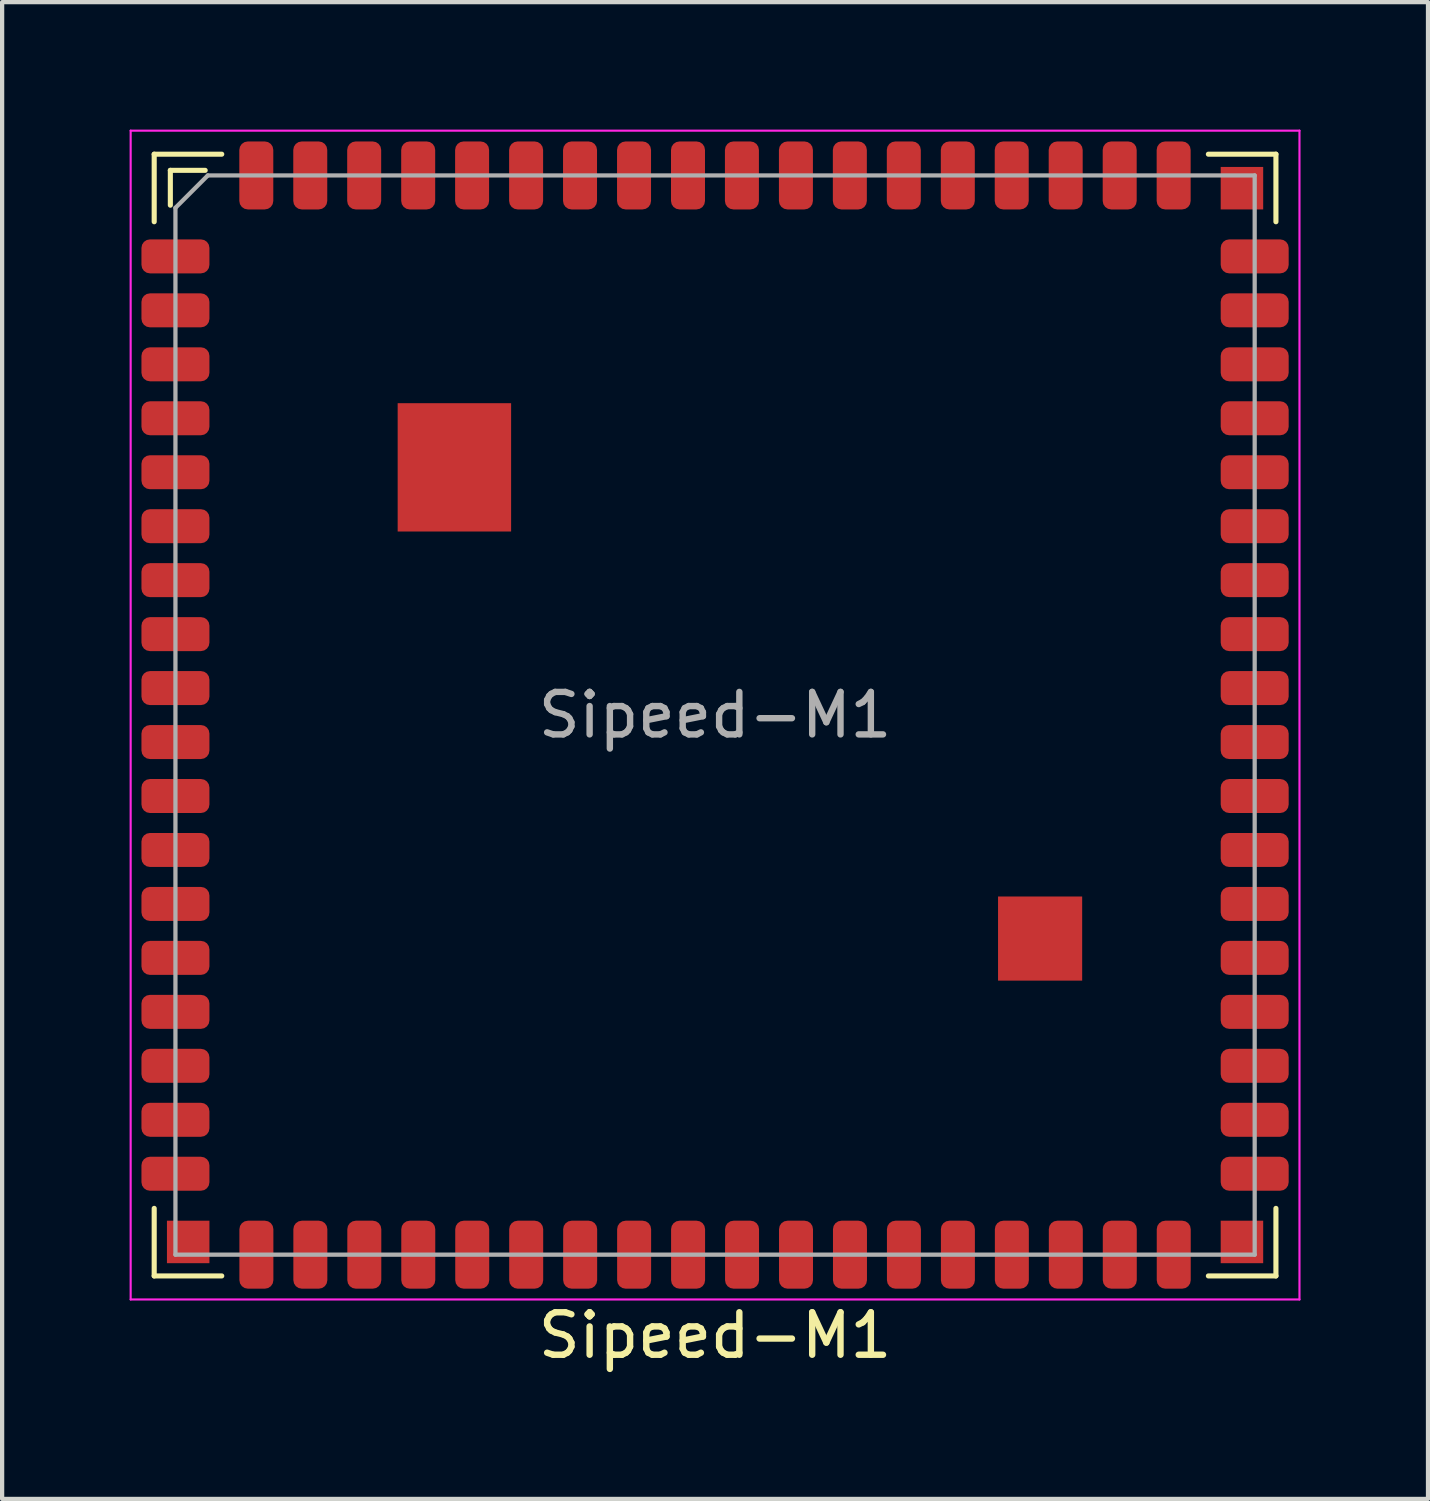
<source format=kicad_pcb>
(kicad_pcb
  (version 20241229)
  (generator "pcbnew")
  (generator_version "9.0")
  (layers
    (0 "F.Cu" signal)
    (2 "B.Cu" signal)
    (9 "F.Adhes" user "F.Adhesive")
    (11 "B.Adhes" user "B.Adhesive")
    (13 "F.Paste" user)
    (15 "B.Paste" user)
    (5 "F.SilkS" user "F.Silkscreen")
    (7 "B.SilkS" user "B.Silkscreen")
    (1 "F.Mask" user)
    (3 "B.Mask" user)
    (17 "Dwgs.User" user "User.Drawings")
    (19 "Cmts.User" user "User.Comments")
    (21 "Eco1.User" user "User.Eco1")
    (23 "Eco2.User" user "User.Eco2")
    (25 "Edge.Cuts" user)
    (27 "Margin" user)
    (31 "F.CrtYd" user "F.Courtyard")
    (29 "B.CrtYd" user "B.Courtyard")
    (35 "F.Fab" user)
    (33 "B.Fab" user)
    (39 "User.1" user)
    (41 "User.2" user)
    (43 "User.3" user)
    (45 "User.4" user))
  (footprint "Sipeed-M1"
    (layer "F.Cu")
    (at 13.779 13.779)
    (property "Reference" "Sipeed-M1" (at 0 14.6 0) (layer "F.SilkS") (effects (font (size 1 1) (thickness 0.15))))
    (attr smd)
    (fp_line (start -13.2 -13.2) (end -13.2 -11.61) (stroke (width 0.12) (type solid)) (layer "F.SilkS"))
    (fp_line (start -13.2 13.2) (end -13.2 11.61) (stroke (width 0.12) (type solid)) (layer "F.SilkS"))
    (fp_line (start -12.82 -12.82) (end -12.82 -12) (stroke (width 0.12) (type solid)) (layer "F.SilkS"))
    (fp_line (start -12 -12.82) (end -12.82 -12.82) (stroke (width 0.12) (type solid)) (layer "F.SilkS"))
    (fp_line (start -11.61 -13.2) (end -13.2 -13.2) (stroke (width 0.12) (type solid)) (layer "F.SilkS"))
    (fp_line (start -11.61 13.2) (end -13.2 13.2) (stroke (width 0.12) (type solid)) (layer "F.SilkS"))
    (fp_line (start 11.61 13.2) (end 13.2 13.2) (stroke (width 0.12) (type solid)) (layer "F.SilkS"))
    (fp_line (start 13.2 -13.2) (end 11.61 -13.2) (stroke (width 0.12) (type solid)) (layer "F.SilkS"))
    (fp_line (start 13.2 -11.61) (end 13.2 -13.2) (stroke (width 0.12) (type solid)) (layer "F.SilkS"))
    (fp_line (start 13.2 13.2) (end 13.2 11.61) (stroke (width 0.12) (type solid)) (layer "F.SilkS"))
    (fp_line (start -13.754 -13.754) (end 13.754 -13.754) (stroke (width 0.05) (type solid)) (layer "F.CrtYd"))
    (fp_line (start -13.754 13.754) (end -13.754 -13.754) (stroke (width 0.05) (type solid)) (layer "F.CrtYd"))
    (fp_line (start 13.754 -13.754) (end 13.754 13.754) (stroke (width 0.05) (type solid)) (layer "F.CrtYd"))
    (fp_line (start 13.754 13.754) (end -13.754 13.754) (stroke (width 0.05) (type solid)) (layer "F.CrtYd"))
    (fp_line (start -12.7 -11.938) (end -11.938 -12.7) (stroke (width 0.1) (type solid)) (layer "F.Fab"))
    (fp_line (start -12.7 12.7) (end -12.7 -11.938) (stroke (width 0.1) (type solid)) (layer "F.Fab"))
    (fp_line (start -11.938 -12.7) (end 12.7 -12.7) (stroke (width 0.1) (type solid)) (layer "F.Fab"))
    (fp_line (start 12.7 -12.7) (end 12.7 12.7) (stroke (width 0.1) (type solid)) (layer "F.Fab"))
    (fp_line (start 12.7 12.7) (end -12.7 12.7) (stroke (width 0.1) (type solid)) (layer "F.Fab"))
    (fp_text user "${REFERENCE}" (at 0 0 0) (layer "F.Fab") (effects (font (size 1 1) (thickness 0.15))))
    (pad "" smd roundrect (at -6.8 -6.582) (size 1.18 1.355) (layers "F.Paste") (roundrect_rratio 0.25))
    (pad "" smd roundrect (at -6.8 -5.077) (size 1.18 1.355) (layers "F.Paste") (roundrect_rratio 0.25))
    (pad "" smd roundrect (at -5.47 -6.582) (size 1.18 1.355) (layers "F.Paste") (roundrect_rratio 0.25))
    (pad "" smd roundrect (at -5.47 -5.077) (size 1.18 1.355) (layers "F.Paste") (roundrect_rratio 0.25))
    (pad "" smd roundrect (at 7.157 4.762) (size 0.835 0.835) (layers "F.Paste") (roundrect_rratio 0.25))
    (pad "" smd roundrect (at 7.157 5.753) (size 0.835 0.835) (layers "F.Paste") (roundrect_rratio 0.25))
    (pad "" smd roundrect (at 8.143 4.762) (size 0.835 0.835) (layers "F.Paste") (roundrect_rratio 0.25))
    (pad "" smd roundrect (at 8.143 5.753) (size 0.835 0.835) (layers "F.Paste") (roundrect_rratio 0.25))
    (pad "1" smd roundrect (at -12.7 -10.795) (size 1.6 0.8) (layers "F.Cu" "F.Mask" "F.Paste") (roundrect_rratio 0.25))
    (pad "2" smd roundrect (at -12.7 -9.525) (size 1.6 0.8) (layers "F.Cu" "F.Mask" "F.Paste") (roundrect_rratio 0.25))
    (pad "3" smd roundrect (at -12.7 -8.255) (size 1.6 0.8) (layers "F.Cu" "F.Mask" "F.Paste") (roundrect_rratio 0.25))
    (pad "4" smd roundrect (at -12.7 -6.985) (size 1.6 0.8) (layers "F.Cu" "F.Mask" "F.Paste") (roundrect_rratio 0.25))
    (pad "5" smd roundrect (at -12.7 -5.715) (size 1.6 0.8) (layers "F.Cu" "F.Mask" "F.Paste") (roundrect_rratio 0.25))
    (pad "6" smd roundrect (at -12.7 -4.445) (size 1.6 0.8) (layers "F.Cu" "F.Mask" "F.Paste") (roundrect_rratio 0.25))
    (pad "7" smd roundrect (at -12.7 -3.175) (size 1.6 0.8) (layers "F.Cu" "F.Mask" "F.Paste") (roundrect_rratio 0.25))
    (pad "8" smd roundrect (at -12.7 -1.905) (size 1.6 0.8) (layers "F.Cu" "F.Mask" "F.Paste") (roundrect_rratio 0.25))
    (pad "9" smd roundrect (at -12.7 -0.635) (size 1.6 0.8) (layers "F.Cu" "F.Mask" "F.Paste") (roundrect_rratio 0.25))
    (pad "10" smd roundrect (at -12.7 0.635) (size 1.6 0.8) (layers "F.Cu" "F.Mask" "F.Paste") (roundrect_rratio 0.25))
    (pad "11" smd roundrect (at -12.7 1.905) (size 1.6 0.8) (layers "F.Cu" "F.Mask" "F.Paste") (roundrect_rratio 0.25))
    (pad "12" smd roundrect (at -12.7 3.175) (size 1.6 0.8) (layers "F.Cu" "F.Mask" "F.Paste") (roundrect_rratio 0.25))
    (pad "13" smd roundrect (at -12.7 4.445) (size 1.6 0.8) (layers "F.Cu" "F.Mask" "F.Paste") (roundrect_rratio 0.25))
    (pad "14" smd roundrect (at -12.7 5.715) (size 1.6 0.8) (layers "F.Cu" "F.Mask" "F.Paste") (roundrect_rratio 0.25))
    (pad "15" smd roundrect (at -12.7 6.985) (size 1.6 0.8) (layers "F.Cu" "F.Mask" "F.Paste") (roundrect_rratio 0.25))
    (pad "16" smd roundrect (at -12.7 8.255) (size 1.6 0.8) (layers "F.Cu" "F.Mask" "F.Paste") (roundrect_rratio 0.25))
    (pad "17" smd roundrect (at -12.7 9.525) (size 1.6 0.8) (layers "F.Cu" "F.Mask" "F.Paste") (roundrect_rratio 0.25))
    (pad "18" smd roundrect (at -12.7 10.795) (size 1.6 0.8) (layers "F.Cu" "F.Mask" "F.Paste") (roundrect_rratio 0.25))
    (pad "19" smd roundrect (at -10.795 12.7 90) (size 1.6 0.8) (layers "F.Cu" "F.Mask" "F.Paste") (roundrect_rratio 0.25))
    (pad "20" smd roundrect (at -9.525 12.7 90) (size 1.6 0.8) (layers "F.Cu" "F.Mask" "F.Paste") (roundrect_rratio 0.25))
    (pad "21" smd roundrect (at -8.255 12.7 90) (size 1.6 0.8) (layers "F.Cu" "F.Mask" "F.Paste") (roundrect_rratio 0.25))
    (pad "22" smd roundrect (at -6.985 12.7 90) (size 1.6 0.8) (layers "F.Cu" "F.Mask" "F.Paste") (roundrect_rratio 0.25))
    (pad "23" smd roundrect (at -5.715 12.7 90) (size 1.6 0.8) (layers "F.Cu" "F.Mask" "F.Paste") (roundrect_rratio 0.25))
    (pad "24" smd roundrect (at -4.445 12.7 90) (size 1.6 0.8) (layers "F.Cu" "F.Mask" "F.Paste") (roundrect_rratio 0.25))
    (pad "25" smd roundrect (at -3.175 12.7 90) (size 1.6 0.8) (layers "F.Cu" "F.Mask" "F.Paste") (roundrect_rratio 0.25))
    (pad "26" smd roundrect (at -1.905 12.7 90) (size 1.6 0.8) (layers "F.Cu" "F.Mask" "F.Paste") (roundrect_rratio 0.25))
    (pad "27" smd roundrect (at -0.635 12.7 90) (size 1.6 0.8) (layers "F.Cu" "F.Mask" "F.Paste") (roundrect_rratio 0.25))
    (pad "28" smd roundrect (at 0.635 12.7 90) (size 1.6 0.8) (layers "F.Cu" "F.Mask" "F.Paste") (roundrect_rratio 0.25))
    (pad "29" smd roundrect (at 1.905 12.7 90) (size 1.6 0.8) (layers "F.Cu" "F.Mask" "F.Paste") (roundrect_rratio 0.25))
    (pad "30" smd roundrect (at 3.175 12.7 90) (size 1.6 0.8) (layers "F.Cu" "F.Mask" "F.Paste") (roundrect_rratio 0.25))
    (pad "31" smd roundrect (at 4.445 12.7 90) (size 1.6 0.8) (layers "F.Cu" "F.Mask" "F.Paste") (roundrect_rratio 0.25))
    (pad "32" smd roundrect (at 5.715 12.7 90) (size 1.6 0.8) (layers "F.Cu" "F.Mask" "F.Paste") (roundrect_rratio 0.25))
    (pad "33" smd roundrect (at 6.985 12.7 90) (size 1.6 0.8) (layers "F.Cu" "F.Mask" "F.Paste") (roundrect_rratio 0.25))
    (pad "34" smd roundrect (at 8.255 12.7 90) (size 1.6 0.8) (layers "F.Cu" "F.Mask" "F.Paste") (roundrect_rratio 0.25))
    (pad "35" smd roundrect (at 9.525 12.7 90) (size 1.6 0.8) (layers "F.Cu" "F.Mask" "F.Paste") (roundrect_rratio 0.25))
    (pad "36" smd roundrect (at 10.795 12.7 90) (size 1.6 0.8) (layers "F.Cu" "F.Mask" "F.Paste") (roundrect_rratio 0.25))
    (pad "37" smd roundrect (at 12.7 10.795 180) (size 1.6 0.8) (layers "F.Cu" "F.Mask" "F.Paste") (roundrect_rratio 0.25))
    (pad "38" smd roundrect (at 12.7 9.525 180) (size 1.6 0.8) (layers "F.Cu" "F.Mask" "F.Paste") (roundrect_rratio 0.25))
    (pad "39" smd roundrect (at 12.7 8.255 180) (size 1.6 0.8) (layers "F.Cu" "F.Mask" "F.Paste") (roundrect_rratio 0.25))
    (pad "40" smd roundrect (at 12.7 6.985 180) (size 1.6 0.8) (layers "F.Cu" "F.Mask" "F.Paste") (roundrect_rratio 0.25))
    (pad "41" smd roundrect (at 12.7 5.715 180) (size 1.6 0.8) (layers "F.Cu" "F.Mask" "F.Paste") (roundrect_rratio 0.25))
    (pad "42" smd roundrect (at 12.7 4.445 180) (size 1.6 0.8) (layers "F.Cu" "F.Mask" "F.Paste") (roundrect_rratio 0.25))
    (pad "43" smd roundrect (at 12.7 3.175 180) (size 1.6 0.8) (layers "F.Cu" "F.Mask" "F.Paste") (roundrect_rratio 0.25))
    (pad "44" smd roundrect (at 12.7 1.905 180) (size 1.6 0.8) (layers "F.Cu" "F.Mask" "F.Paste") (roundrect_rratio 0.25))
    (pad "45" smd roundrect (at 12.7 0.635 180) (size 1.6 0.8) (layers "F.Cu" "F.Mask" "F.Paste") (roundrect_rratio 0.25))
    (pad "46" smd roundrect (at 12.7 -0.635 180) (size 1.6 0.8) (layers "F.Cu" "F.Mask" "F.Paste") (roundrect_rratio 0.25))
    (pad "47" smd roundrect (at 12.7 -1.905 180) (size 1.6 0.8) (layers "F.Cu" "F.Mask" "F.Paste") (roundrect_rratio 0.25))
    (pad "48" smd roundrect (at 12.7 -3.175 180) (size 1.6 0.8) (layers "F.Cu" "F.Mask" "F.Paste") (roundrect_rratio 0.25))
    (pad "49" smd roundrect (at 12.7 -4.445 180) (size 1.6 0.8) (layers "F.Cu" "F.Mask" "F.Paste") (roundrect_rratio 0.25))
    (pad "50" smd roundrect (at 12.7 -5.715 180) (size 1.6 0.8) (layers "F.Cu" "F.Mask" "F.Paste") (roundrect_rratio 0.25))
    (pad "51" smd roundrect (at 12.7 -6.985 180) (size 1.6 0.8) (layers "F.Cu" "F.Mask" "F.Paste") (roundrect_rratio 0.25))
    (pad "52" smd roundrect (at 12.7 -8.255 180) (size 1.6 0.8) (layers "F.Cu" "F.Mask" "F.Paste") (roundrect_rratio 0.25))
    (pad "53" smd roundrect (at 12.7 -9.525 180) (size 1.6 0.8) (layers "F.Cu" "F.Mask" "F.Paste") (roundrect_rratio 0.25))
    (pad "54" smd roundrect (at 12.7 -10.795 180) (size 1.6 0.8) (layers "F.Cu" "F.Mask" "F.Paste") (roundrect_rratio 0.25))
    (pad "55" smd roundrect (at 10.793 -12.7 270) (size 1.6 0.8) (layers "F.Cu" "F.Mask" "F.Paste") (roundrect_rratio 0.25))
    (pad "56" smd roundrect (at 9.523 -12.7 270) (size 1.6 0.8) (layers "F.Cu" "F.Mask" "F.Paste") (roundrect_rratio 0.25))
    (pad "57" smd roundrect (at 8.252 -12.7 270) (size 1.6 0.8) (layers "F.Cu" "F.Mask" "F.Paste") (roundrect_rratio 0.25))
    (pad "58" smd roundrect (at 6.982 -12.7 270) (size 1.6 0.8) (layers "F.Cu" "F.Mask" "F.Paste") (roundrect_rratio 0.25))
    (pad "59" smd roundrect (at 5.713 -12.7 270) (size 1.6 0.8) (layers "F.Cu" "F.Mask" "F.Paste") (roundrect_rratio 0.25))
    (pad "60" smd roundrect (at 4.442 -12.7 270) (size 1.6 0.8) (layers "F.Cu" "F.Mask" "F.Paste") (roundrect_rratio 0.25))
    (pad "61" smd roundrect (at 3.172 -12.7 270) (size 1.6 0.8) (layers "F.Cu" "F.Mask" "F.Paste") (roundrect_rratio 0.25))
    (pad "62" smd roundrect (at 1.903 -12.7 270) (size 1.6 0.8) (layers "F.Cu" "F.Mask" "F.Paste") (roundrect_rratio 0.25))
    (pad "63" smd roundrect (at 0.632 -12.7 270) (size 1.6 0.8) (layers "F.Cu" "F.Mask" "F.Paste") (roundrect_rratio 0.25))
    (pad "64" smd roundrect (at -0.637 -12.7 270) (size 1.6 0.8) (layers "F.Cu" "F.Mask" "F.Paste") (roundrect_rratio 0.25))
    (pad "65" smd roundrect (at -1.907 -12.7 270) (size 1.6 0.8) (layers "F.Cu" "F.Mask" "F.Paste") (roundrect_rratio 0.25))
    (pad "66" smd roundrect (at -3.178 -12.7 270) (size 1.6 0.8) (layers "F.Cu" "F.Mask" "F.Paste") (roundrect_rratio 0.25))
    (pad "67" smd roundrect (at -4.447 -12.7 270) (size 1.6 0.8) (layers "F.Cu" "F.Mask" "F.Paste") (roundrect_rratio 0.25))
    (pad "68" smd roundrect (at -5.718 -12.7 270) (size 1.6 0.8) (layers "F.Cu" "F.Mask" "F.Paste") (roundrect_rratio 0.25))
    (pad "69" smd roundrect (at -6.987 -12.7 270) (size 1.6 0.8) (layers "F.Cu" "F.Mask" "F.Paste") (roundrect_rratio 0.25))
    (pad "70" smd roundrect (at -8.258 -12.7 270) (size 1.6 0.8) (layers "F.Cu" "F.Mask" "F.Paste") (roundrect_rratio 0.25))
    (pad "71" smd roundrect (at -9.527 -12.7 270) (size 1.6 0.8) (layers "F.Cu" "F.Mask" "F.Paste") (roundrect_rratio 0.25))
    (pad "72" smd roundrect (at -10.797 -12.7 270) (size 1.6 0.8) (layers "F.Cu" "F.Mask" "F.Paste") (roundrect_rratio 0.25))
    (pad "73" smd rect (at -6.135 -5.83) (size 2.67 3.02) (layers "F.Cu" "F.Mask"))
    (pad "74" smd rect (at 7.65 5.26) (size 1.98 1.98) (layers "F.Cu" "F.Mask"))
    (pad "75" smd rect (at 12.4 12.4 90) (size 1 1) (layers "F.Cu" "F.Mask" "F.Paste"))
    (pad "76" smd rect (at 12.4 -12.4 90) (size 1 1) (layers "F.Cu" "F.Mask" "F.Paste"))
    (pad "77" smd rect (at -12.4 12.4 90) (size 1 1) (layers "F.Cu" "F.Mask" "F.Paste")))
  (gr_rect
    (start -3 -3)
    (end 30.558 32.227)
    (stroke (width 0.1) (type default))
    (fill no)
    (layer "Edge.Cuts")))
</source>
